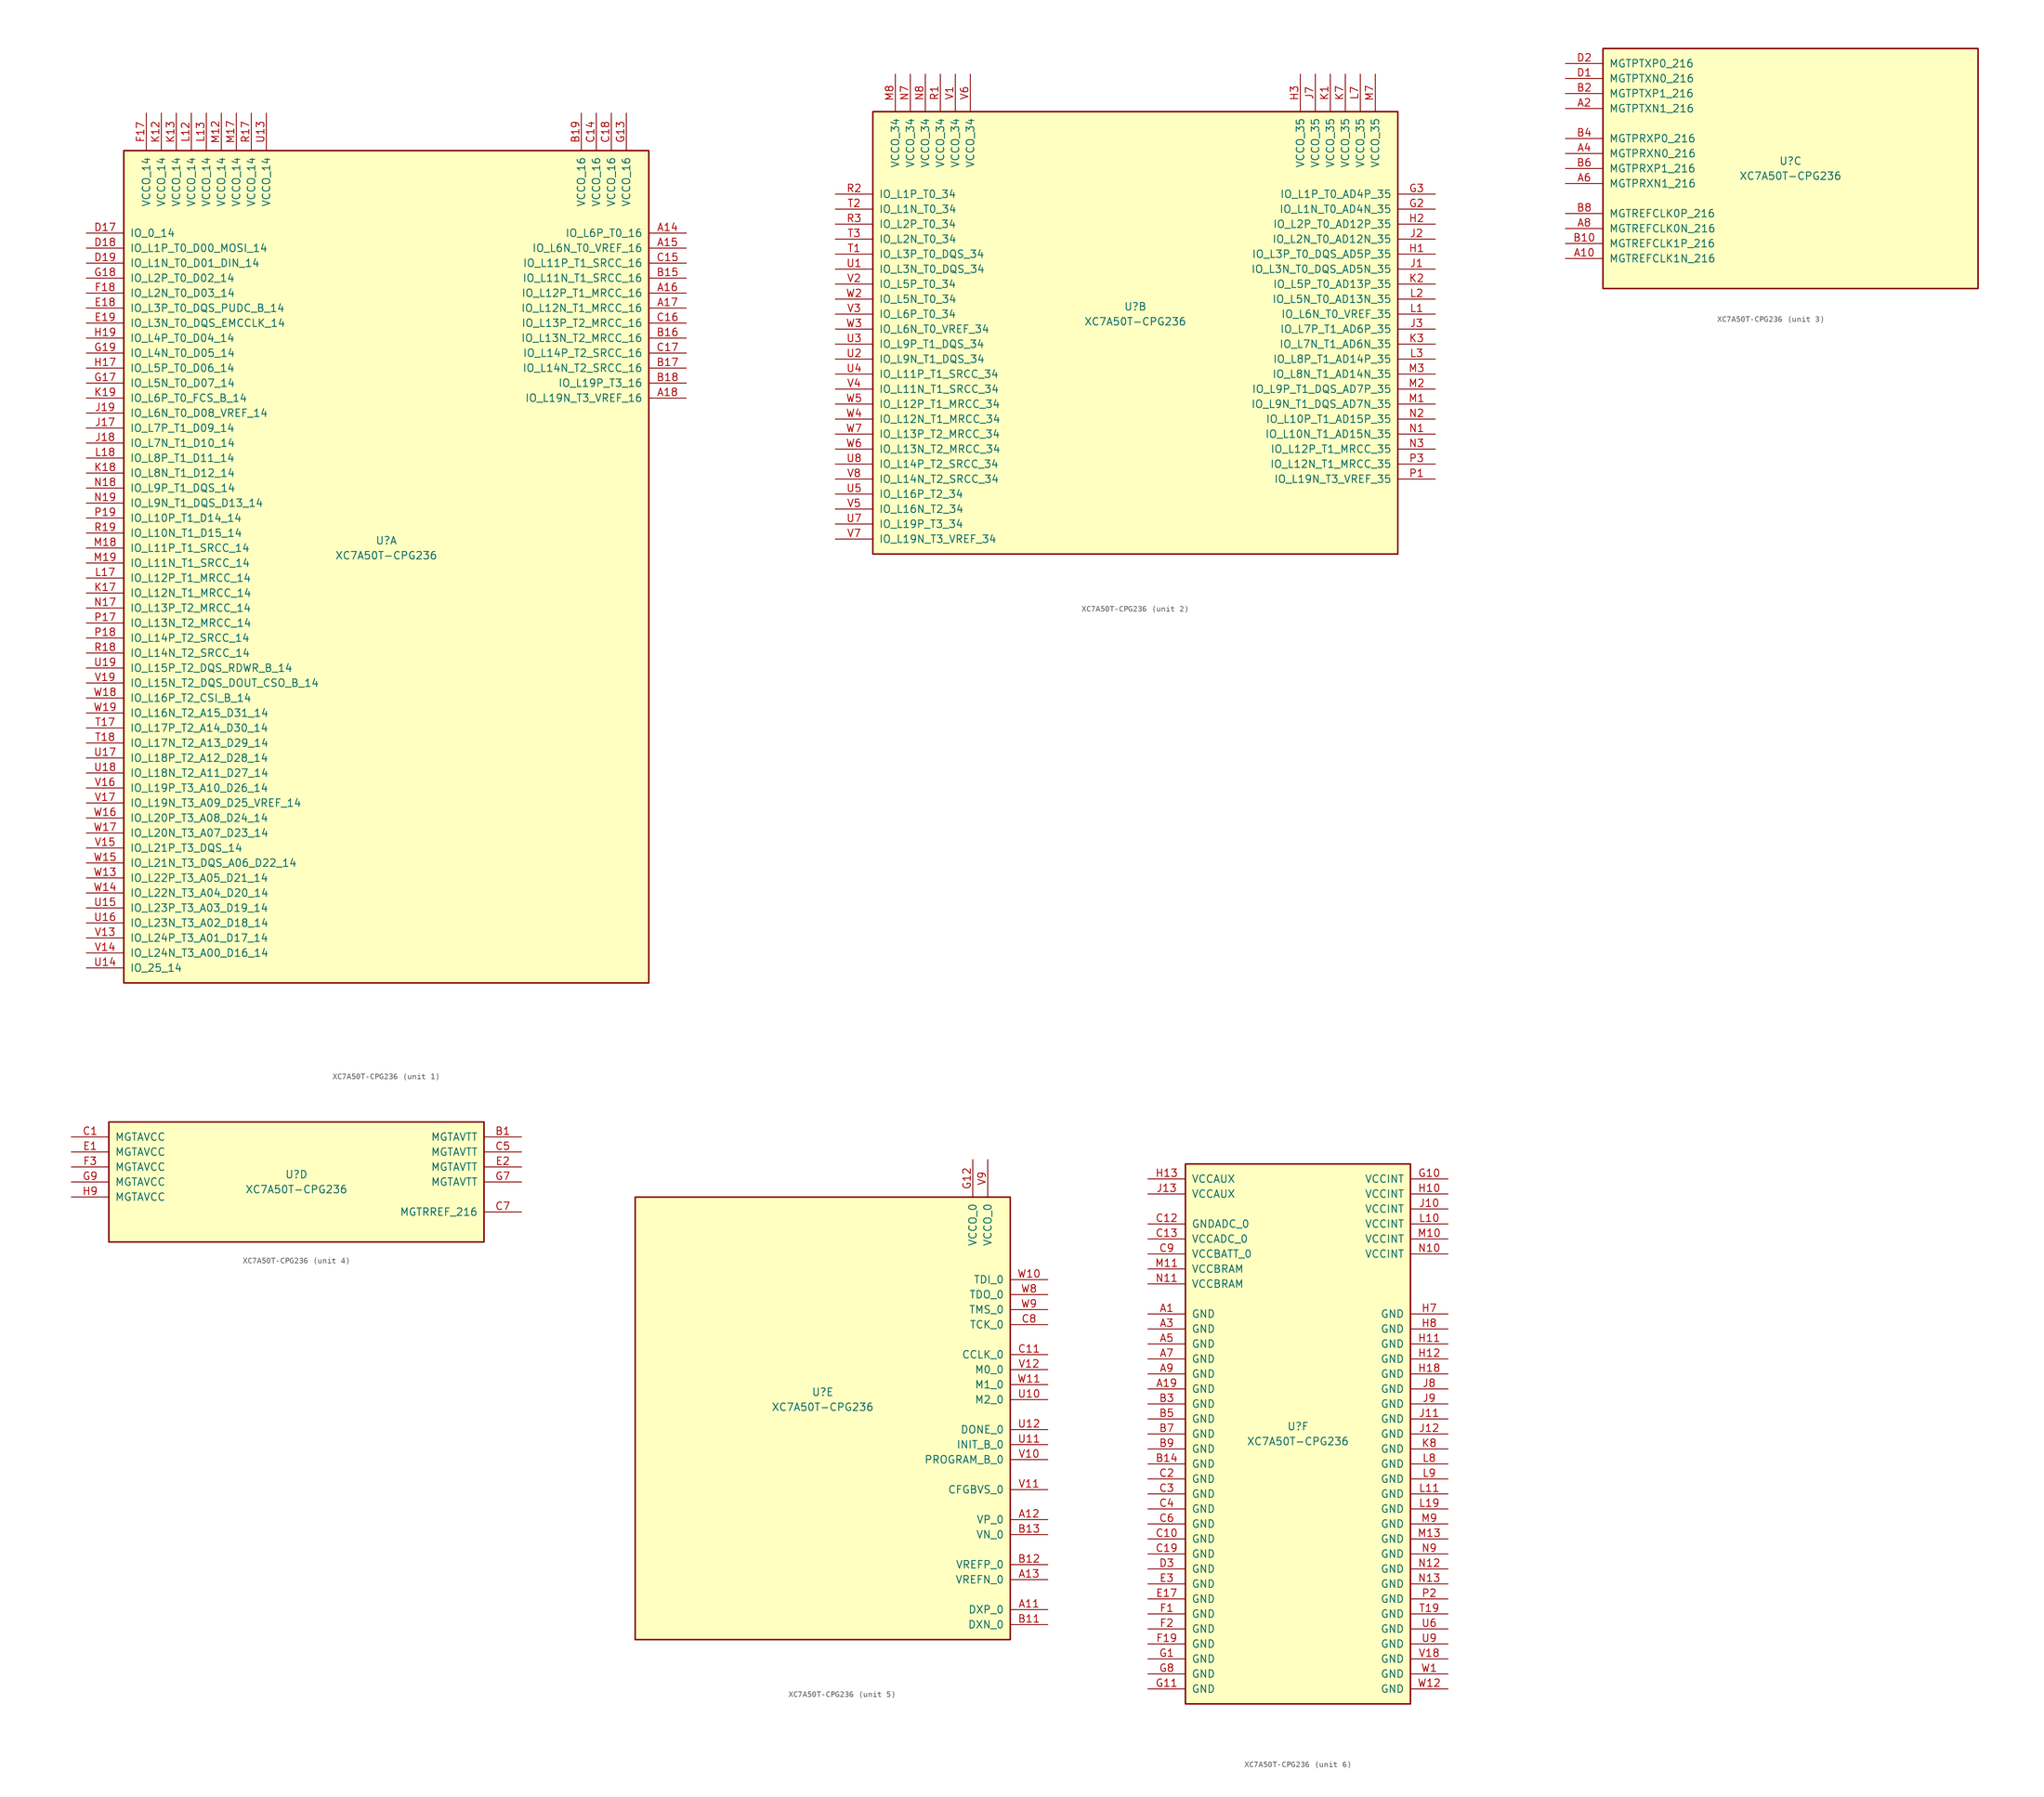
<source format=kicad_sym>
(kicad_symbol_lib
  (version 20201005)
  (generator kicad_symbol_editor)
  (symbol "FPGA_Xilinx_Artix7:XC7A50T-CPG236"
    (pin_names
      (offset 1.016))
    (property "Reference" "U"
      (at 0 1.27 0)
      (effects (font (size 1.27 1.27))))
    (property "Value" "XC7A50T-CPG236"
      (at 0 -1.27 0)
      (effects (font (size 1.27 1.27))))
    (property "Datasheet" ""
      (at 0 0 0)
      (effects (font (size 1.27 1.27))))
    (property "ki_locked" ""
      (at 0 0 0)
      (effects (font (size 1.27 1.27))))
    (symbol "XC7A50T-CPG236_1_1"
      (rectangle (start -44.45 67.31) (end 44.45 -73.66) (stroke (width 0.254)) (fill (type background)))
      (pin power_in line (at -40.64 73.66 270) (length 6.35) (name "VCCO_14" (effects (font (size 1.27 1.27)))) (number "F17" (effects (font (size 1.27 1.27)))))
      (pin power_in line (at -38.1 73.66 270) (length 6.35) (name "VCCO_14" (effects (font (size 1.27 1.27)))) (number "K12" (effects (font (size 1.27 1.27)))))
      (pin power_in line (at -35.56 73.66 270) (length 6.35) (name "VCCO_14" (effects (font (size 1.27 1.27)))) (number "K13" (effects (font (size 1.27 1.27)))))
      (pin power_in line (at -33.02 73.66 270) (length 6.35) (name "VCCO_14" (effects (font (size 1.27 1.27)))) (number "L12" (effects (font (size 1.27 1.27)))))
      (pin power_in line (at -30.48 73.66 270) (length 6.35) (name "VCCO_14" (effects (font (size 1.27 1.27)))) (number "L13" (effects (font (size 1.27 1.27)))))
      (pin power_in line (at -27.94 73.66 270) (length 6.35) (name "VCCO_14" (effects (font (size 1.27 1.27)))) (number "M12" (effects (font (size 1.27 1.27)))))
      (pin power_in line (at -25.4 73.66 270) (length 6.35) (name "VCCO_14" (effects (font (size 1.27 1.27)))) (number "M17" (effects (font (size 1.27 1.27)))))
      (pin power_in line (at -22.86 73.66 270) (length 6.35) (name "VCCO_14" (effects (font (size 1.27 1.27)))) (number "R17" (effects (font (size 1.27 1.27)))))
      (pin power_in line (at -20.32 73.66 270) (length 6.35) (name "VCCO_14" (effects (font (size 1.27 1.27)))) (number "U13" (effects (font (size 1.27 1.27)))))
      (pin bidirectional line (at -50.8 53.34 0) (length 6.35) (name "IO_0_14" (effects (font (size 1.27 1.27)))) (number "D17" (effects (font (size 1.27 1.27)))))
      (pin bidirectional line (at -50.8 50.8 0) (length 6.35) (name "IO_L1P_T0_D00_MOSI_14" (effects (font (size 1.27 1.27)))) (number "D18" (effects (font (size 1.27 1.27)))))
      (pin bidirectional line (at -50.8 48.26 0) (length 6.35) (name "IO_L1N_T0_D01_DIN_14" (effects (font (size 1.27 1.27)))) (number "D19" (effects (font (size 1.27 1.27)))))
      (pin bidirectional line (at -50.8 45.72 0) (length 6.35) (name "IO_L2P_T0_D02_14" (effects (font (size 1.27 1.27)))) (number "G18" (effects (font (size 1.27 1.27)))))
      (pin bidirectional line (at -50.8 43.18 0) (length 6.35) (name "IO_L2N_T0_D03_14" (effects (font (size 1.27 1.27)))) (number "F18" (effects (font (size 1.27 1.27)))))
      (pin bidirectional line (at -50.8 40.64 0) (length 6.35) (name "IO_L3P_T0_DQS_PUDC_B_14" (effects (font (size 1.27 1.27)))) (number "E18" (effects (font (size 1.27 1.27)))))
      (pin bidirectional line (at -50.8 38.1 0) (length 6.35) (name "IO_L3N_T0_DQS_EMCCLK_14" (effects (font (size 1.27 1.27)))) (number "E19" (effects (font (size 1.27 1.27)))))
      (pin bidirectional line (at -50.8 35.56 0) (length 6.35) (name "IO_L4P_T0_D04_14" (effects (font (size 1.27 1.27)))) (number "H19" (effects (font (size 1.27 1.27)))))
      (pin bidirectional line (at -50.8 33.02 0) (length 6.35) (name "IO_L4N_T0_D05_14" (effects (font (size 1.27 1.27)))) (number "G19" (effects (font (size 1.27 1.27)))))
      (pin bidirectional line (at -50.8 30.48 0) (length 6.35) (name "IO_L5P_T0_D06_14" (effects (font (size 1.27 1.27)))) (number "H17" (effects (font (size 1.27 1.27)))))
      (pin bidirectional line (at -50.8 27.94 0) (length 6.35) (name "IO_L5N_T0_D07_14" (effects (font (size 1.27 1.27)))) (number "G17" (effects (font (size 1.27 1.27)))))
      (pin bidirectional line (at -50.8 25.4 0) (length 6.35) (name "IO_L6P_T0_FCS_B_14" (effects (font (size 1.27 1.27)))) (number "K19" (effects (font (size 1.27 1.27)))))
      (pin bidirectional line (at -50.8 22.86 0) (length 6.35) (name "IO_L6N_T0_D08_VREF_14" (effects (font (size 1.27 1.27)))) (number "J19" (effects (font (size 1.27 1.27)))))
      (pin bidirectional line (at -50.8 20.32 0) (length 6.35) (name "IO_L7P_T1_D09_14" (effects (font (size 1.27 1.27)))) (number "J17" (effects (font (size 1.27 1.27)))))
      (pin bidirectional line (at -50.8 17.78 0) (length 6.35) (name "IO_L7N_T1_D10_14" (effects (font (size 1.27 1.27)))) (number "J18" (effects (font (size 1.27 1.27)))))
      (pin bidirectional line (at -50.8 15.24 0) (length 6.35) (name "IO_L8P_T1_D11_14" (effects (font (size 1.27 1.27)))) (number "L18" (effects (font (size 1.27 1.27)))))
      (pin bidirectional line (at -50.8 12.7 0) (length 6.35) (name "IO_L8N_T1_D12_14" (effects (font (size 1.27 1.27)))) (number "K18" (effects (font (size 1.27 1.27)))))
      (pin bidirectional line (at -50.8 10.16 0) (length 6.35) (name "IO_L9P_T1_DQS_14" (effects (font (size 1.27 1.27)))) (number "N18" (effects (font (size 1.27 1.27)))))
      (pin bidirectional line (at -50.8 7.62 0) (length 6.35) (name "IO_L9N_T1_DQS_D13_14" (effects (font (size 1.27 1.27)))) (number "N19" (effects (font (size 1.27 1.27)))))
      (pin bidirectional line (at -50.8 5.08 0) (length 6.35) (name "IO_L10P_T1_D14_14" (effects (font (size 1.27 1.27)))) (number "P19" (effects (font (size 1.27 1.27)))))
      (pin bidirectional line (at -50.8 2.54 0) (length 6.35) (name "IO_L10N_T1_D15_14" (effects (font (size 1.27 1.27)))) (number "R19" (effects (font (size 1.27 1.27)))))
      (pin bidirectional line (at -50.8 0 0) (length 6.35) (name "IO_L11P_T1_SRCC_14" (effects (font (size 1.27 1.27)))) (number "M18" (effects (font (size 1.27 1.27)))))
      (pin bidirectional line (at -50.8 -2.54 0) (length 6.35) (name "IO_L11N_T1_SRCC_14" (effects (font (size 1.27 1.27)))) (number "M19" (effects (font (size 1.27 1.27)))))
      (pin bidirectional line (at -50.8 -5.08 0) (length 6.35) (name "IO_L12P_T1_MRCC_14" (effects (font (size 1.27 1.27)))) (number "L17" (effects (font (size 1.27 1.27)))))
      (pin bidirectional line (at -50.8 -7.62 0) (length 6.35) (name "IO_L12N_T1_MRCC_14" (effects (font (size 1.27 1.27)))) (number "K17" (effects (font (size 1.27 1.27)))))
      (pin bidirectional line (at -50.8 -10.16 0) (length 6.35) (name "IO_L13P_T2_MRCC_14" (effects (font (size 1.27 1.27)))) (number "N17" (effects (font (size 1.27 1.27)))))
      (pin bidirectional line (at -50.8 -12.7 0) (length 6.35) (name "IO_L13N_T2_MRCC_14" (effects (font (size 1.27 1.27)))) (number "P17" (effects (font (size 1.27 1.27)))))
      (pin bidirectional line (at -50.8 -15.24 0) (length 6.35) (name "IO_L14P_T2_SRCC_14" (effects (font (size 1.27 1.27)))) (number "P18" (effects (font (size 1.27 1.27)))))
      (pin bidirectional line (at -50.8 -17.78 0) (length 6.35) (name "IO_L14N_T2_SRCC_14" (effects (font (size 1.27 1.27)))) (number "R18" (effects (font (size 1.27 1.27)))))
      (pin bidirectional line (at -50.8 -20.32 0) (length 6.35) (name "IO_L15P_T2_DQS_RDWR_B_14" (effects (font (size 1.27 1.27)))) (number "U19" (effects (font (size 1.27 1.27)))))
      (pin bidirectional line (at -50.8 -22.86 0) (length 6.35) (name "IO_L15N_T2_DQS_DOUT_CSO_B_14" (effects (font (size 1.27 1.27)))) (number "V19" (effects (font (size 1.27 1.27)))))
      (pin bidirectional line (at -50.8 -25.4 0) (length 6.35) (name "IO_L16P_T2_CSI_B_14" (effects (font (size 1.27 1.27)))) (number "W18" (effects (font (size 1.27 1.27)))))
      (pin bidirectional line (at -50.8 -27.94 0) (length 6.35) (name "IO_L16N_T2_A15_D31_14" (effects (font (size 1.27 1.27)))) (number "W19" (effects (font (size 1.27 1.27)))))
      (pin bidirectional line (at -50.8 -30.48 0) (length 6.35) (name "IO_L17P_T2_A14_D30_14" (effects (font (size 1.27 1.27)))) (number "T17" (effects (font (size 1.27 1.27)))))
      (pin bidirectional line (at -50.8 -33.02 0) (length 6.35) (name "IO_L17N_T2_A13_D29_14" (effects (font (size 1.27 1.27)))) (number "T18" (effects (font (size 1.27 1.27)))))
      (pin bidirectional line (at -50.8 -35.56 0) (length 6.35) (name "IO_L18P_T2_A12_D28_14" (effects (font (size 1.27 1.27)))) (number "U17" (effects (font (size 1.27 1.27)))))
      (pin bidirectional line (at -50.8 -38.1 0) (length 6.35) (name "IO_L18N_T2_A11_D27_14" (effects (font (size 1.27 1.27)))) (number "U18" (effects (font (size 1.27 1.27)))))
      (pin bidirectional line (at -50.8 -40.64 0) (length 6.35) (name "IO_L19P_T3_A10_D26_14" (effects (font (size 1.27 1.27)))) (number "V16" (effects (font (size 1.27 1.27)))))
      (pin bidirectional line (at -50.8 -43.18 0) (length 6.35) (name "IO_L19N_T3_A09_D25_VREF_14" (effects (font (size 1.27 1.27)))) (number "V17" (effects (font (size 1.27 1.27)))))
      (pin bidirectional line (at -50.8 -45.72 0) (length 6.35) (name "IO_L20P_T3_A08_D24_14" (effects (font (size 1.27 1.27)))) (number "W16" (effects (font (size 1.27 1.27)))))
      (pin bidirectional line (at -50.8 -48.26 0) (length 6.35) (name "IO_L20N_T3_A07_D23_14" (effects (font (size 1.27 1.27)))) (number "W17" (effects (font (size 1.27 1.27)))))
      (pin bidirectional line (at -50.8 -50.8 0) (length 6.35) (name "IO_L21P_T3_DQS_14" (effects (font (size 1.27 1.27)))) (number "V15" (effects (font (size 1.27 1.27)))))
      (pin bidirectional line (at -50.8 -53.34 0) (length 6.35) (name "IO_L21N_T3_DQS_A06_D22_14" (effects (font (size 1.27 1.27)))) (number "W15" (effects (font (size 1.27 1.27)))))
      (pin bidirectional line (at -50.8 -55.88 0) (length 6.35) (name "IO_L22P_T3_A05_D21_14" (effects (font (size 1.27 1.27)))) (number "W13" (effects (font (size 1.27 1.27)))))
      (pin bidirectional line (at -50.8 -58.42 0) (length 6.35) (name "IO_L22N_T3_A04_D20_14" (effects (font (size 1.27 1.27)))) (number "W14" (effects (font (size 1.27 1.27)))))
      (pin bidirectional line (at -50.8 -60.96 0) (length 6.35) (name "IO_L23P_T3_A03_D19_14" (effects (font (size 1.27 1.27)))) (number "U15" (effects (font (size 1.27 1.27)))))
      (pin bidirectional line (at -50.8 -63.5 0) (length 6.35) (name "IO_L23N_T3_A02_D18_14" (effects (font (size 1.27 1.27)))) (number "U16" (effects (font (size 1.27 1.27)))))
      (pin bidirectional line (at -50.8 -66.04 0) (length 6.35) (name "IO_L24P_T3_A01_D17_14" (effects (font (size 1.27 1.27)))) (number "V13" (effects (font (size 1.27 1.27)))))
      (pin bidirectional line (at -50.8 -68.58 0) (length 6.35) (name "IO_L24N_T3_A00_D16_14" (effects (font (size 1.27 1.27)))) (number "V14" (effects (font (size 1.27 1.27)))))
      (pin bidirectional line (at -50.8 -71.12 0) (length 6.35) (name "IO_25_14" (effects (font (size 1.27 1.27)))) (number "U14" (effects (font (size 1.27 1.27)))))
      (pin power_in line (at 33.02 73.66 270) (length 6.35) (name "VCCO_16" (effects (font (size 1.27 1.27)))) (number "B19" (effects (font (size 1.27 1.27)))))
      (pin power_in line (at 35.56 73.66 270) (length 6.35) (name "VCCO_16" (effects (font (size 1.27 1.27)))) (number "C14" (effects (font (size 1.27 1.27)))))
      (pin power_in line (at 38.1 73.66 270) (length 6.35) (name "VCCO_16" (effects (font (size 1.27 1.27)))) (number "C18" (effects (font (size 1.27 1.27)))))
      (pin power_in line (at 40.64 73.66 270) (length 6.35) (name "VCCO_16" (effects (font (size 1.27 1.27)))) (number "G13" (effects (font (size 1.27 1.27)))))
      (pin bidirectional line (at 50.8 53.34 180) (length 6.35) (name "IO_L6P_T0_16" (effects (font (size 1.27 1.27)))) (number "A14" (effects (font (size 1.27 1.27)))))
      (pin bidirectional line (at 50.8 50.8 180) (length 6.35) (name "IO_L6N_T0_VREF_16" (effects (font (size 1.27 1.27)))) (number "A15" (effects (font (size 1.27 1.27)))))
      (pin bidirectional line (at 50.8 48.26 180) (length 6.35) (name "IO_L11P_T1_SRCC_16" (effects (font (size 1.27 1.27)))) (number "C15" (effects (font (size 1.27 1.27)))))
      (pin bidirectional line (at 50.8 45.72 180) (length 6.35) (name "IO_L11N_T1_SRCC_16" (effects (font (size 1.27 1.27)))) (number "B15" (effects (font (size 1.27 1.27)))))
      (pin bidirectional line (at 50.8 43.18 180) (length 6.35) (name "IO_L12P_T1_MRCC_16" (effects (font (size 1.27 1.27)))) (number "A16" (effects (font (size 1.27 1.27)))))
      (pin bidirectional line (at 50.8 40.64 180) (length 6.35) (name "IO_L12N_T1_MRCC_16" (effects (font (size 1.27 1.27)))) (number "A17" (effects (font (size 1.27 1.27)))))
      (pin bidirectional line (at 50.8 38.1 180) (length 6.35) (name "IO_L13P_T2_MRCC_16" (effects (font (size 1.27 1.27)))) (number "C16" (effects (font (size 1.27 1.27)))))
      (pin bidirectional line (at 50.8 35.56 180) (length 6.35) (name "IO_L13N_T2_MRCC_16" (effects (font (size 1.27 1.27)))) (number "B16" (effects (font (size 1.27 1.27)))))
      (pin bidirectional line (at 50.8 33.02 180) (length 6.35) (name "IO_L14P_T2_SRCC_16" (effects (font (size 1.27 1.27)))) (number "C17" (effects (font (size 1.27 1.27)))))
      (pin bidirectional line (at 50.8 30.48 180) (length 6.35) (name "IO_L14N_T2_SRCC_16" (effects (font (size 1.27 1.27)))) (number "B17" (effects (font (size 1.27 1.27)))))
      (pin bidirectional line (at 50.8 27.94 180) (length 6.35) (name "IO_L19P_T3_16" (effects (font (size 1.27 1.27)))) (number "B18" (effects (font (size 1.27 1.27)))))
      (pin bidirectional line (at 50.8 25.4 180) (length 6.35) (name "IO_L19N_T3_VREF_16" (effects (font (size 1.27 1.27)))) (number "A18" (effects (font (size 1.27 1.27))))))
    (symbol "XC7A50T-CPG236_2_1"
      (rectangle (start -44.45 34.29) (end 44.45 -40.64) (stroke (width 0.254)) (fill (type background)))
      (pin power_in line (at -40.64 40.64 270) (length 6.35) (name "VCCO_34" (effects (font (size 1.27 1.27)))) (number "M8" (effects (font (size 1.27 1.27)))))
      (pin power_in line (at -38.1 40.64 270) (length 6.35) (name "VCCO_34" (effects (font (size 1.27 1.27)))) (number "N7" (effects (font (size 1.27 1.27)))))
      (pin power_in line (at -35.56 40.64 270) (length 6.35) (name "VCCO_34" (effects (font (size 1.27 1.27)))) (number "N8" (effects (font (size 1.27 1.27)))))
      (pin power_in line (at -33.02 40.64 270) (length 6.35) (name "VCCO_34" (effects (font (size 1.27 1.27)))) (number "R1" (effects (font (size 1.27 1.27)))))
      (pin power_in line (at -30.48 40.64 270) (length 6.35) (name "VCCO_34" (effects (font (size 1.27 1.27)))) (number "V1" (effects (font (size 1.27 1.27)))))
      (pin power_in line (at -27.94 40.64 270) (length 6.35) (name "VCCO_34" (effects (font (size 1.27 1.27)))) (number "V6" (effects (font (size 1.27 1.27)))))
      (pin bidirectional line (at -50.8 20.32 0) (length 6.35) (name "IO_L1P_T0_34" (effects (font (size 1.27 1.27)))) (number "R2" (effects (font (size 1.27 1.27)))))
      (pin bidirectional line (at -50.8 17.78 0) (length 6.35) (name "IO_L1N_T0_34" (effects (font (size 1.27 1.27)))) (number "T2" (effects (font (size 1.27 1.27)))))
      (pin bidirectional line (at -50.8 15.24 0) (length 6.35) (name "IO_L2P_T0_34" (effects (font (size 1.27 1.27)))) (number "R3" (effects (font (size 1.27 1.27)))))
      (pin bidirectional line (at -50.8 12.7 0) (length 6.35) (name "IO_L2N_T0_34" (effects (font (size 1.27 1.27)))) (number "T3" (effects (font (size 1.27 1.27)))))
      (pin bidirectional line (at -50.8 10.16 0) (length 6.35) (name "IO_L3P_T0_DQS_34" (effects (font (size 1.27 1.27)))) (number "T1" (effects (font (size 1.27 1.27)))))
      (pin bidirectional line (at -50.8 7.62 0) (length 6.35) (name "IO_L3N_T0_DQS_34" (effects (font (size 1.27 1.27)))) (number "U1" (effects (font (size 1.27 1.27)))))
      (pin bidirectional line (at -50.8 5.08 0) (length 6.35) (name "IO_L5P_T0_34" (effects (font (size 1.27 1.27)))) (number "V2" (effects (font (size 1.27 1.27)))))
      (pin bidirectional line (at -50.8 2.54 0) (length 6.35) (name "IO_L5N_T0_34" (effects (font (size 1.27 1.27)))) (number "W2" (effects (font (size 1.27 1.27)))))
      (pin bidirectional line (at -50.8 0 0) (length 6.35) (name "IO_L6P_T0_34" (effects (font (size 1.27 1.27)))) (number "V3" (effects (font (size 1.27 1.27)))))
      (pin bidirectional line (at -50.8 -2.54 0) (length 6.35) (name "IO_L6N_T0_VREF_34" (effects (font (size 1.27 1.27)))) (number "W3" (effects (font (size 1.27 1.27)))))
      (pin bidirectional line (at -50.8 -5.08 0) (length 6.35) (name "IO_L9P_T1_DQS_34" (effects (font (size 1.27 1.27)))) (number "U3" (effects (font (size 1.27 1.27)))))
      (pin bidirectional line (at -50.8 -7.62 0) (length 6.35) (name "IO_L9N_T1_DQS_34" (effects (font (size 1.27 1.27)))) (number "U2" (effects (font (size 1.27 1.27)))))
      (pin bidirectional line (at -50.8 -10.16 0) (length 6.35) (name "IO_L11P_T1_SRCC_34" (effects (font (size 1.27 1.27)))) (number "U4" (effects (font (size 1.27 1.27)))))
      (pin bidirectional line (at -50.8 -12.7 0) (length 6.35) (name "IO_L11N_T1_SRCC_34" (effects (font (size 1.27 1.27)))) (number "V4" (effects (font (size 1.27 1.27)))))
      (pin bidirectional line (at -50.8 -15.24 0) (length 6.35) (name "IO_L12P_T1_MRCC_34" (effects (font (size 1.27 1.27)))) (number "W5" (effects (font (size 1.27 1.27)))))
      (pin bidirectional line (at -50.8 -17.78 0) (length 6.35) (name "IO_L12N_T1_MRCC_34" (effects (font (size 1.27 1.27)))) (number "W4" (effects (font (size 1.27 1.27)))))
      (pin bidirectional line (at -50.8 -20.32 0) (length 6.35) (name "IO_L13P_T2_MRCC_34" (effects (font (size 1.27 1.27)))) (number "W7" (effects (font (size 1.27 1.27)))))
      (pin bidirectional line (at -50.8 -22.86 0) (length 6.35) (name "IO_L13N_T2_MRCC_34" (effects (font (size 1.27 1.27)))) (number "W6" (effects (font (size 1.27 1.27)))))
      (pin bidirectional line (at -50.8 -25.4 0) (length 6.35) (name "IO_L14P_T2_SRCC_34" (effects (font (size 1.27 1.27)))) (number "U8" (effects (font (size 1.27 1.27)))))
      (pin bidirectional line (at -50.8 -27.94 0) (length 6.35) (name "IO_L14N_T2_SRCC_34" (effects (font (size 1.27 1.27)))) (number "V8" (effects (font (size 1.27 1.27)))))
      (pin bidirectional line (at -50.8 -30.48 0) (length 6.35) (name "IO_L16P_T2_34" (effects (font (size 1.27 1.27)))) (number "U5" (effects (font (size 1.27 1.27)))))
      (pin bidirectional line (at -50.8 -33.02 0) (length 6.35) (name "IO_L16N_T2_34" (effects (font (size 1.27 1.27)))) (number "V5" (effects (font (size 1.27 1.27)))))
      (pin bidirectional line (at -50.8 -35.56 0) (length 6.35) (name "IO_L19P_T3_34" (effects (font (size 1.27 1.27)))) (number "U7" (effects (font (size 1.27 1.27)))))
      (pin bidirectional line (at -50.8 -38.1 0) (length 6.35) (name "IO_L19N_T3_VREF_34" (effects (font (size 1.27 1.27)))) (number "V7" (effects (font (size 1.27 1.27)))))
      (pin power_in line (at 27.94 40.64 270) (length 6.35) (name "VCCO_35" (effects (font (size 1.27 1.27)))) (number "H3" (effects (font (size 1.27 1.27)))))
      (pin power_in line (at 30.48 40.64 270) (length 6.35) (name "VCCO_35" (effects (font (size 1.27 1.27)))) (number "J7" (effects (font (size 1.27 1.27)))))
      (pin power_in line (at 33.02 40.64 270) (length 6.35) (name "VCCO_35" (effects (font (size 1.27 1.27)))) (number "K1" (effects (font (size 1.27 1.27)))))
      (pin power_in line (at 35.56 40.64 270) (length 6.35) (name "VCCO_35" (effects (font (size 1.27 1.27)))) (number "K7" (effects (font (size 1.27 1.27)))))
      (pin power_in line (at 38.1 40.64 270) (length 6.35) (name "VCCO_35" (effects (font (size 1.27 1.27)))) (number "L7" (effects (font (size 1.27 1.27)))))
      (pin power_in line (at 40.64 40.64 270) (length 6.35) (name "VCCO_35" (effects (font (size 1.27 1.27)))) (number "M7" (effects (font (size 1.27 1.27)))))
      (pin bidirectional line (at 50.8 20.32 180) (length 6.35) (name "IO_L1P_T0_AD4P_35" (effects (font (size 1.27 1.27)))) (number "G3" (effects (font (size 1.27 1.27)))))
      (pin bidirectional line (at 50.8 17.78 180) (length 6.35) (name "IO_L1N_T0_AD4N_35" (effects (font (size 1.27 1.27)))) (number "G2" (effects (font (size 1.27 1.27)))))
      (pin bidirectional line (at 50.8 15.24 180) (length 6.35) (name "IO_L2P_T0_AD12P_35" (effects (font (size 1.27 1.27)))) (number "H2" (effects (font (size 1.27 1.27)))))
      (pin bidirectional line (at 50.8 12.7 180) (length 6.35) (name "IO_L2N_T0_AD12N_35" (effects (font (size 1.27 1.27)))) (number "J2" (effects (font (size 1.27 1.27)))))
      (pin bidirectional line (at 50.8 10.16 180) (length 6.35) (name "IO_L3P_T0_DQS_AD5P_35" (effects (font (size 1.27 1.27)))) (number "H1" (effects (font (size 1.27 1.27)))))
      (pin bidirectional line (at 50.8 7.62 180) (length 6.35) (name "IO_L3N_T0_DQS_AD5N_35" (effects (font (size 1.27 1.27)))) (number "J1" (effects (font (size 1.27 1.27)))))
      (pin bidirectional line (at 50.8 5.08 180) (length 6.35) (name "IO_L5P_T0_AD13P_35" (effects (font (size 1.27 1.27)))) (number "K2" (effects (font (size 1.27 1.27)))))
      (pin bidirectional line (at 50.8 2.54 180) (length 6.35) (name "IO_L5N_T0_AD13N_35" (effects (font (size 1.27 1.27)))) (number "L2" (effects (font (size 1.27 1.27)))))
      (pin bidirectional line (at 50.8 0 180) (length 6.35) (name "IO_L6N_T0_VREF_35" (effects (font (size 1.27 1.27)))) (number "L1" (effects (font (size 1.27 1.27)))))
      (pin bidirectional line (at 50.8 -2.54 180) (length 6.35) (name "IO_L7P_T1_AD6P_35" (effects (font (size 1.27 1.27)))) (number "J3" (effects (font (size 1.27 1.27)))))
      (pin bidirectional line (at 50.8 -5.08 180) (length 6.35) (name "IO_L7N_T1_AD6N_35" (effects (font (size 1.27 1.27)))) (number "K3" (effects (font (size 1.27 1.27)))))
      (pin bidirectional line (at 50.8 -7.62 180) (length 6.35) (name "IO_L8P_T1_AD14P_35" (effects (font (size 1.27 1.27)))) (number "L3" (effects (font (size 1.27 1.27)))))
      (pin bidirectional line (at 50.8 -10.16 180) (length 6.35) (name "IO_L8N_T1_AD14N_35" (effects (font (size 1.27 1.27)))) (number "M3" (effects (font (size 1.27 1.27)))))
      (pin bidirectional line (at 50.8 -12.7 180) (length 6.35) (name "IO_L9P_T1_DQS_AD7P_35" (effects (font (size 1.27 1.27)))) (number "M2" (effects (font (size 1.27 1.27)))))
      (pin bidirectional line (at 50.8 -15.24 180) (length 6.35) (name "IO_L9N_T1_DQS_AD7N_35" (effects (font (size 1.27 1.27)))) (number "M1" (effects (font (size 1.27 1.27)))))
      (pin bidirectional line (at 50.8 -17.78 180) (length 6.35) (name "IO_L10P_T1_AD15P_35" (effects (font (size 1.27 1.27)))) (number "N2" (effects (font (size 1.27 1.27)))))
      (pin bidirectional line (at 50.8 -20.32 180) (length 6.35) (name "IO_L10N_T1_AD15N_35" (effects (font (size 1.27 1.27)))) (number "N1" (effects (font (size 1.27 1.27)))))
      (pin bidirectional line (at 50.8 -22.86 180) (length 6.35) (name "IO_L12P_T1_MRCC_35" (effects (font (size 1.27 1.27)))) (number "N3" (effects (font (size 1.27 1.27)))))
      (pin bidirectional line (at 50.8 -25.4 180) (length 6.35) (name "IO_L12N_T1_MRCC_35" (effects (font (size 1.27 1.27)))) (number "P3" (effects (font (size 1.27 1.27)))))
      (pin bidirectional line (at 50.8 -27.94 180) (length 6.35) (name "IO_L19N_T3_VREF_35" (effects (font (size 1.27 1.27)))) (number "P1" (effects (font (size 1.27 1.27))))))
    (symbol "XC7A50T-CPG236_3_1"
      (rectangle (start -31.75 20.32) (end 31.75 -20.32) (stroke (width 0.254)) (fill (type background)))
      (pin bidirectional line (at -38.1 17.78 0) (length 6.35) (name "MGTPTXP0_216" (effects (font (size 1.27 1.27)))) (number "D2" (effects (font (size 1.27 1.27)))))
      (pin bidirectional line (at -38.1 15.24 0) (length 6.35) (name "MGTPTXN0_216" (effects (font (size 1.27 1.27)))) (number "D1" (effects (font (size 1.27 1.27)))))
      (pin bidirectional line (at -38.1 12.7 0) (length 6.35) (name "MGTPTXP1_216" (effects (font (size 1.27 1.27)))) (number "B2" (effects (font (size 1.27 1.27)))))
      (pin bidirectional line (at -38.1 10.16 0) (length 6.35) (name "MGTPTXN1_216" (effects (font (size 1.27 1.27)))) (number "A2" (effects (font (size 1.27 1.27)))))
      (pin bidirectional line (at -38.1 5.08 0) (length 6.35) (name "MGTPRXP0_216" (effects (font (size 1.27 1.27)))) (number "B4" (effects (font (size 1.27 1.27)))))
      (pin bidirectional line (at -38.1 2.54 0) (length 6.35) (name "MGTPRXN0_216" (effects (font (size 1.27 1.27)))) (number "A4" (effects (font (size 1.27 1.27)))))
      (pin bidirectional line (at -38.1 0 0) (length 6.35) (name "MGTPRXP1_216" (effects (font (size 1.27 1.27)))) (number "B6" (effects (font (size 1.27 1.27)))))
      (pin bidirectional line (at -38.1 -2.54 0) (length 6.35) (name "MGTPRXN1_216" (effects (font (size 1.27 1.27)))) (number "A6" (effects (font (size 1.27 1.27)))))
      (pin bidirectional line (at -38.1 -7.62 0) (length 6.35) (name "MGTREFCLK0P_216" (effects (font (size 1.27 1.27)))) (number "B8" (effects (font (size 1.27 1.27)))))
      (pin bidirectional line (at -38.1 -10.16 0) (length 6.35) (name "MGTREFCLK0N_216" (effects (font (size 1.27 1.27)))) (number "A8" (effects (font (size 1.27 1.27)))))
      (pin bidirectional line (at -38.1 -12.7 0) (length 6.35) (name "MGTREFCLK1P_216" (effects (font (size 1.27 1.27)))) (number "B10" (effects (font (size 1.27 1.27)))))
      (pin bidirectional line (at -38.1 -15.24 0) (length 6.35) (name "MGTREFCLK1N_216" (effects (font (size 1.27 1.27)))) (number "A10" (effects (font (size 1.27 1.27))))))
    (symbol "XC7A50T-CPG236_4_1"
      (rectangle (start -31.75 10.16) (end 31.75 -10.16) (stroke (width 0.254)) (fill (type background)))
      (pin power_in line (at -38.1 7.62 0) (length 6.35) (name "MGTAVCC" (effects (font (size 1.27 1.27)))) (number "C1" (effects (font (size 1.27 1.27)))))
      (pin power_in line (at -38.1 5.08 0) (length 6.35) (name "MGTAVCC" (effects (font (size 1.27 1.27)))) (number "E1" (effects (font (size 1.27 1.27)))))
      (pin power_in line (at -38.1 2.54 0) (length 6.35) (name "MGTAVCC" (effects (font (size 1.27 1.27)))) (number "F3" (effects (font (size 1.27 1.27)))))
      (pin power_in line (at -38.1 0 0) (length 6.35) (name "MGTAVCC" (effects (font (size 1.27 1.27)))) (number "G9" (effects (font (size 1.27 1.27)))))
      (pin power_in line (at -38.1 -2.54 0) (length 6.35) (name "MGTAVCC" (effects (font (size 1.27 1.27)))) (number "H9" (effects (font (size 1.27 1.27)))))
      (pin power_in line (at 38.1 7.62 180) (length 6.35) (name "MGTAVTT" (effects (font (size 1.27 1.27)))) (number "B1" (effects (font (size 1.27 1.27)))))
      (pin power_in line (at 38.1 5.08 180) (length 6.35) (name "MGTAVTT" (effects (font (size 1.27 1.27)))) (number "C5" (effects (font (size 1.27 1.27)))))
      (pin power_in line (at 38.1 2.54 180) (length 6.35) (name "MGTAVTT" (effects (font (size 1.27 1.27)))) (number "E2" (effects (font (size 1.27 1.27)))))
      (pin power_in line (at 38.1 0 180) (length 6.35) (name "MGTAVTT" (effects (font (size 1.27 1.27)))) (number "G7" (effects (font (size 1.27 1.27)))))
      (pin power_in line (at 38.1 -5.08 180) (length 6.35) (name "MGTRREF_216" (effects (font (size 1.27 1.27)))) (number "C7" (effects (font (size 1.27 1.27))))))
    (symbol "XC7A50T-CPG236_5_1"
      (rectangle (start -31.75 34.29) (end 31.75 -40.64) (stroke (width 0.254)) (fill (type background)))
      (pin power_in line (at 25.4 40.64 270) (length 6.35) (name "VCCO_0" (effects (font (size 1.27 1.27)))) (number "G12" (effects (font (size 1.27 1.27)))))
      (pin power_in line (at 27.94 40.64 270) (length 6.35) (name "VCCO_0" (effects (font (size 1.27 1.27)))) (number "V9" (effects (font (size 1.27 1.27)))))
      (pin bidirectional line (at 38.1 20.32 180) (length 6.35) (name "TDI_0" (effects (font (size 1.27 1.27)))) (number "W10" (effects (font (size 1.27 1.27)))))
      (pin bidirectional line (at 38.1 17.78 180) (length 6.35) (name "TDO_0" (effects (font (size 1.27 1.27)))) (number "W8" (effects (font (size 1.27 1.27)))))
      (pin bidirectional line (at 38.1 15.24 180) (length 6.35) (name "TMS_0" (effects (font (size 1.27 1.27)))) (number "W9" (effects (font (size 1.27 1.27)))))
      (pin bidirectional line (at 38.1 12.7 180) (length 6.35) (name "TCK_0" (effects (font (size 1.27 1.27)))) (number "C8" (effects (font (size 1.27 1.27)))))
      (pin bidirectional line (at 38.1 7.62 180) (length 6.35) (name "CCLK_0" (effects (font (size 1.27 1.27)))) (number "C11" (effects (font (size 1.27 1.27)))))
      (pin bidirectional line (at 38.1 5.08 180) (length 6.35) (name "M0_0" (effects (font (size 1.27 1.27)))) (number "V12" (effects (font (size 1.27 1.27)))))
      (pin bidirectional line (at 38.1 2.54 180) (length 6.35) (name "M1_0" (effects (font (size 1.27 1.27)))) (number "W11" (effects (font (size 1.27 1.27)))))
      (pin bidirectional line (at 38.1 0 180) (length 6.35) (name "M2_0" (effects (font (size 1.27 1.27)))) (number "U10" (effects (font (size 1.27 1.27)))))
      (pin bidirectional line (at 38.1 -5.08 180) (length 6.35) (name "DONE_0" (effects (font (size 1.27 1.27)))) (number "U12" (effects (font (size 1.27 1.27)))))
      (pin bidirectional line (at 38.1 -7.62 180) (length 6.35) (name "INIT_B_0" (effects (font (size 1.27 1.27)))) (number "U11" (effects (font (size 1.27 1.27)))))
      (pin bidirectional line (at 38.1 -10.16 180) (length 6.35) (name "PROGRAM_B_0" (effects (font (size 1.27 1.27)))) (number "V10" (effects (font (size 1.27 1.27)))))
      (pin bidirectional line (at 38.1 -15.24 180) (length 6.35) (name "CFGBVS_0" (effects (font (size 1.27 1.27)))) (number "V11" (effects (font (size 1.27 1.27)))))
      (pin bidirectional line (at 38.1 -20.32 180) (length 6.35) (name "VP_0" (effects (font (size 1.27 1.27)))) (number "A12" (effects (font (size 1.27 1.27)))))
      (pin bidirectional line (at 38.1 -22.86 180) (length 6.35) (name "VN_0" (effects (font (size 1.27 1.27)))) (number "B13" (effects (font (size 1.27 1.27)))))
      (pin bidirectional line (at 38.1 -27.94 180) (length 6.35) (name "VREFP_0" (effects (font (size 1.27 1.27)))) (number "B12" (effects (font (size 1.27 1.27)))))
      (pin bidirectional line (at 38.1 -30.48 180) (length 6.35) (name "VREFN_0" (effects (font (size 1.27 1.27)))) (number "A13" (effects (font (size 1.27 1.27)))))
      (pin bidirectional line (at 38.1 -35.56 180) (length 6.35) (name "DXP_0" (effects (font (size 1.27 1.27)))) (number "A11" (effects (font (size 1.27 1.27)))))
      (pin bidirectional line (at 38.1 -38.1 180) (length 6.35) (name "DXN_0" (effects (font (size 1.27 1.27)))) (number "B11" (effects (font (size 1.27 1.27))))))
    (symbol "XC7A50T-CPG236_6_1"
      (rectangle (start -19.05 45.72) (end 19.05 -45.72) (stroke (width 0.254)) (fill (type background)))
      (pin power_in line (at -25.4 43.18 0) (length 6.35) (name "VCCAUX" (effects (font (size 1.27 1.27)))) (number "H13" (effects (font (size 1.27 1.27)))))
      (pin power_in line (at -25.4 40.64 0) (length 6.35) (name "VCCAUX" (effects (font (size 1.27 1.27)))) (number "J13" (effects (font (size 1.27 1.27)))))
      (pin power_in line (at -25.4 35.56 0) (length 6.35) (name "GNDADC_0" (effects (font (size 1.27 1.27)))) (number "C12" (effects (font (size 1.27 1.27)))))
      (pin power_in line (at -25.4 33.02 0) (length 6.35) (name "VCCADC_0" (effects (font (size 1.27 1.27)))) (number "C13" (effects (font (size 1.27 1.27)))))
      (pin power_in line (at -25.4 30.48 0) (length 6.35) (name "VCCBATT_0" (effects (font (size 1.27 1.27)))) (number "C9" (effects (font (size 1.27 1.27)))))
      (pin power_in line (at -25.4 27.94 0) (length 6.35) (name "VCCBRAM" (effects (font (size 1.27 1.27)))) (number "M11" (effects (font (size 1.27 1.27)))))
      (pin power_in line (at -25.4 25.4 0) (length 6.35) (name "VCCBRAM" (effects (font (size 1.27 1.27)))) (number "N11" (effects (font (size 1.27 1.27)))))
      (pin power_in line (at -25.4 20.32 0) (length 6.35) (name "GND" (effects (font (size 1.27 1.27)))) (number "A1" (effects (font (size 1.27 1.27)))))
      (pin power_in line (at -25.4 17.78 0) (length 6.35) (name "GND" (effects (font (size 1.27 1.27)))) (number "A3" (effects (font (size 1.27 1.27)))))
      (pin power_in line (at -25.4 15.24 0) (length 6.35) (name "GND" (effects (font (size 1.27 1.27)))) (number "A5" (effects (font (size 1.27 1.27)))))
      (pin power_in line (at -25.4 12.7 0) (length 6.35) (name "GND" (effects (font (size 1.27 1.27)))) (number "A7" (effects (font (size 1.27 1.27)))))
      (pin power_in line (at -25.4 10.16 0) (length 6.35) (name "GND" (effects (font (size 1.27 1.27)))) (number "A9" (effects (font (size 1.27 1.27)))))
      (pin power_in line (at -25.4 7.62 0) (length 6.35) (name "GND" (effects (font (size 1.27 1.27)))) (number "A19" (effects (font (size 1.27 1.27)))))
      (pin power_in line (at -25.4 5.08 0) (length 6.35) (name "GND" (effects (font (size 1.27 1.27)))) (number "B3" (effects (font (size 1.27 1.27)))))
      (pin power_in line (at -25.4 2.54 0) (length 6.35) (name "GND" (effects (font (size 1.27 1.27)))) (number "B5" (effects (font (size 1.27 1.27)))))
      (pin power_in line (at -25.4 0 0) (length 6.35) (name "GND" (effects (font (size 1.27 1.27)))) (number "B7" (effects (font (size 1.27 1.27)))))
      (pin power_in line (at -25.4 -2.54 0) (length 6.35) (name "GND" (effects (font (size 1.27 1.27)))) (number "B9" (effects (font (size 1.27 1.27)))))
      (pin power_in line (at -25.4 -5.08 0) (length 6.35) (name "GND" (effects (font (size 1.27 1.27)))) (number "B14" (effects (font (size 1.27 1.27)))))
      (pin power_in line (at -25.4 -7.62 0) (length 6.35) (name "GND" (effects (font (size 1.27 1.27)))) (number "C2" (effects (font (size 1.27 1.27)))))
      (pin power_in line (at -25.4 -10.16 0) (length 6.35) (name "GND" (effects (font (size 1.27 1.27)))) (number "C3" (effects (font (size 1.27 1.27)))))
      (pin power_in line (at -25.4 -12.7 0) (length 6.35) (name "GND" (effects (font (size 1.27 1.27)))) (number "C4" (effects (font (size 1.27 1.27)))))
      (pin power_in line (at -25.4 -15.24 0) (length 6.35) (name "GND" (effects (font (size 1.27 1.27)))) (number "C6" (effects (font (size 1.27 1.27)))))
      (pin power_in line (at -25.4 -17.78 0) (length 6.35) (name "GND" (effects (font (size 1.27 1.27)))) (number "C10" (effects (font (size 1.27 1.27)))))
      (pin power_in line (at -25.4 -20.32 0) (length 6.35) (name "GND" (effects (font (size 1.27 1.27)))) (number "C19" (effects (font (size 1.27 1.27)))))
      (pin power_in line (at -25.4 -22.86 0) (length 6.35) (name "GND" (effects (font (size 1.27 1.27)))) (number "D3" (effects (font (size 1.27 1.27)))))
      (pin power_in line (at -25.4 -25.4 0) (length 6.35) (name "GND" (effects (font (size 1.27 1.27)))) (number "E3" (effects (font (size 1.27 1.27)))))
      (pin power_in line (at -25.4 -27.94 0) (length 6.35) (name "GND" (effects (font (size 1.27 1.27)))) (number "E17" (effects (font (size 1.27 1.27)))))
      (pin power_in line (at -25.4 -30.48 0) (length 6.35) (name "GND" (effects (font (size 1.27 1.27)))) (number "F1" (effects (font (size 1.27 1.27)))))
      (pin power_in line (at -25.4 -33.02 0) (length 6.35) (name "GND" (effects (font (size 1.27 1.27)))) (number "F2" (effects (font (size 1.27 1.27)))))
      (pin power_in line (at -25.4 -35.56 0) (length 6.35) (name "GND" (effects (font (size 1.27 1.27)))) (number "F19" (effects (font (size 1.27 1.27)))))
      (pin power_in line (at -25.4 -38.1 0) (length 6.35) (name "GND" (effects (font (size 1.27 1.27)))) (number "G1" (effects (font (size 1.27 1.27)))))
      (pin power_in line (at -25.4 -40.64 0) (length 6.35) (name "GND" (effects (font (size 1.27 1.27)))) (number "G8" (effects (font (size 1.27 1.27)))))
      (pin power_in line (at -25.4 -43.18 0) (length 6.35) (name "GND" (effects (font (size 1.27 1.27)))) (number "G11" (effects (font (size 1.27 1.27)))))
      (pin power_in line (at 25.4 43.18 180) (length 6.35) (name "VCCINT" (effects (font (size 1.27 1.27)))) (number "G10" (effects (font (size 1.27 1.27)))))
      (pin power_in line (at 25.4 40.64 180) (length 6.35) (name "VCCINT" (effects (font (size 1.27 1.27)))) (number "H10" (effects (font (size 1.27 1.27)))))
      (pin power_in line (at 25.4 38.1 180) (length 6.35) (name "VCCINT" (effects (font (size 1.27 1.27)))) (number "J10" (effects (font (size 1.27 1.27)))))
      (pin power_in line (at 25.4 35.56 180) (length 6.35) (name "VCCINT" (effects (font (size 1.27 1.27)))) (number "L10" (effects (font (size 1.27 1.27)))))
      (pin power_in line (at 25.4 33.02 180) (length 6.35) (name "VCCINT" (effects (font (size 1.27 1.27)))) (number "M10" (effects (font (size 1.27 1.27)))))
      (pin power_in line (at 25.4 30.48 180) (length 6.35) (name "VCCINT" (effects (font (size 1.27 1.27)))) (number "N10" (effects (font (size 1.27 1.27)))))
      (pin power_in line (at 25.4 20.32 180) (length 6.35) (name "GND" (effects (font (size 1.27 1.27)))) (number "H7" (effects (font (size 1.27 1.27)))))
      (pin power_in line (at 25.4 17.78 180) (length 6.35) (name "GND" (effects (font (size 1.27 1.27)))) (number "H8" (effects (font (size 1.27 1.27)))))
      (pin power_in line (at 25.4 15.24 180) (length 6.35) (name "GND" (effects (font (size 1.27 1.27)))) (number "H11" (effects (font (size 1.27 1.27)))))
      (pin power_in line (at 25.4 12.7 180) (length 6.35) (name "GND" (effects (font (size 1.27 1.27)))) (number "H12" (effects (font (size 1.27 1.27)))))
      (pin power_in line (at 25.4 10.16 180) (length 6.35) (name "GND" (effects (font (size 1.27 1.27)))) (number "H18" (effects (font (size 1.27 1.27)))))
      (pin power_in line (at 25.4 7.62 180) (length 6.35) (name "GND" (effects (font (size 1.27 1.27)))) (number "J8" (effects (font (size 1.27 1.27)))))
      (pin power_in line (at 25.4 5.08 180) (length 6.35) (name "GND" (effects (font (size 1.27 1.27)))) (number "J9" (effects (font (size 1.27 1.27)))))
      (pin power_in line (at 25.4 2.54 180) (length 6.35) (name "GND" (effects (font (size 1.27 1.27)))) (number "J11" (effects (font (size 1.27 1.27)))))
      (pin power_in line (at 25.4 0 180) (length 6.35) (name "GND" (effects (font (size 1.27 1.27)))) (number "J12" (effects (font (size 1.27 1.27)))))
      (pin power_in line (at 25.4 -2.54 180) (length 6.35) (name "GND" (effects (font (size 1.27 1.27)))) (number "K8" (effects (font (size 1.27 1.27)))))
      (pin power_in line (at 25.4 -5.08 180) (length 6.35) (name "GND" (effects (font (size 1.27 1.27)))) (number "L8" (effects (font (size 1.27 1.27)))))
      (pin power_in line (at 25.4 -7.62 180) (length 6.35) (name "GND" (effects (font (size 1.27 1.27)))) (number "L9" (effects (font (size 1.27 1.27)))))
      (pin power_in line (at 25.4 -10.16 180) (length 6.35) (name "GND" (effects (font (size 1.27 1.27)))) (number "L11" (effects (font (size 1.27 1.27)))))
      (pin power_in line (at 25.4 -12.7 180) (length 6.35) (name "GND" (effects (font (size 1.27 1.27)))) (number "L19" (effects (font (size 1.27 1.27)))))
      (pin power_in line (at 25.4 -15.24 180) (length 6.35) (name "GND" (effects (font (size 1.27 1.27)))) (number "M9" (effects (font (size 1.27 1.27)))))
      (pin power_in line (at 25.4 -17.78 180) (length 6.35) (name "GND" (effects (font (size 1.27 1.27)))) (number "M13" (effects (font (size 1.27 1.27)))))
      (pin power_in line (at 25.4 -20.32 180) (length 6.35) (name "GND" (effects (font (size 1.27 1.27)))) (number "N9" (effects (font (size 1.27 1.27)))))
      (pin power_in line (at 25.4 -22.86 180) (length 6.35) (name "GND" (effects (font (size 1.27 1.27)))) (number "N12" (effects (font (size 1.27 1.27)))))
      (pin power_in line (at 25.4 -25.4 180) (length 6.35) (name "GND" (effects (font (size 1.27 1.27)))) (number "N13" (effects (font (size 1.27 1.27)))))
      (pin power_in line (at 25.4 -27.94 180) (length 6.35) (name "GND" (effects (font (size 1.27 1.27)))) (number "P2" (effects (font (size 1.27 1.27)))))
      (pin power_in line (at 25.4 -30.48 180) (length 6.35) (name "GND" (effects (font (size 1.27 1.27)))) (number "T19" (effects (font (size 1.27 1.27)))))
      (pin power_in line (at 25.4 -33.02 180) (length 6.35) (name "GND" (effects (font (size 1.27 1.27)))) (number "U6" (effects (font (size 1.27 1.27)))))
      (pin power_in line (at 25.4 -35.56 180) (length 6.35) (name "GND" (effects (font (size 1.27 1.27)))) (number "U9" (effects (font (size 1.27 1.27)))))
      (pin power_in line (at 25.4 -38.1 180) (length 6.35) (name "GND" (effects (font (size 1.27 1.27)))) (number "V18" (effects (font (size 1.27 1.27)))))
      (pin power_in line (at 25.4 -40.64 180) (length 6.35) (name "GND" (effects (font (size 1.27 1.27)))) (number "W1" (effects (font (size 1.27 1.27)))))
      (pin power_in line (at 25.4 -43.18 180) (length 6.35) (name "GND" (effects (font (size 1.27 1.27)))) (number "W12" (effects (font (size 1.27 1.27))))))))
</source>
